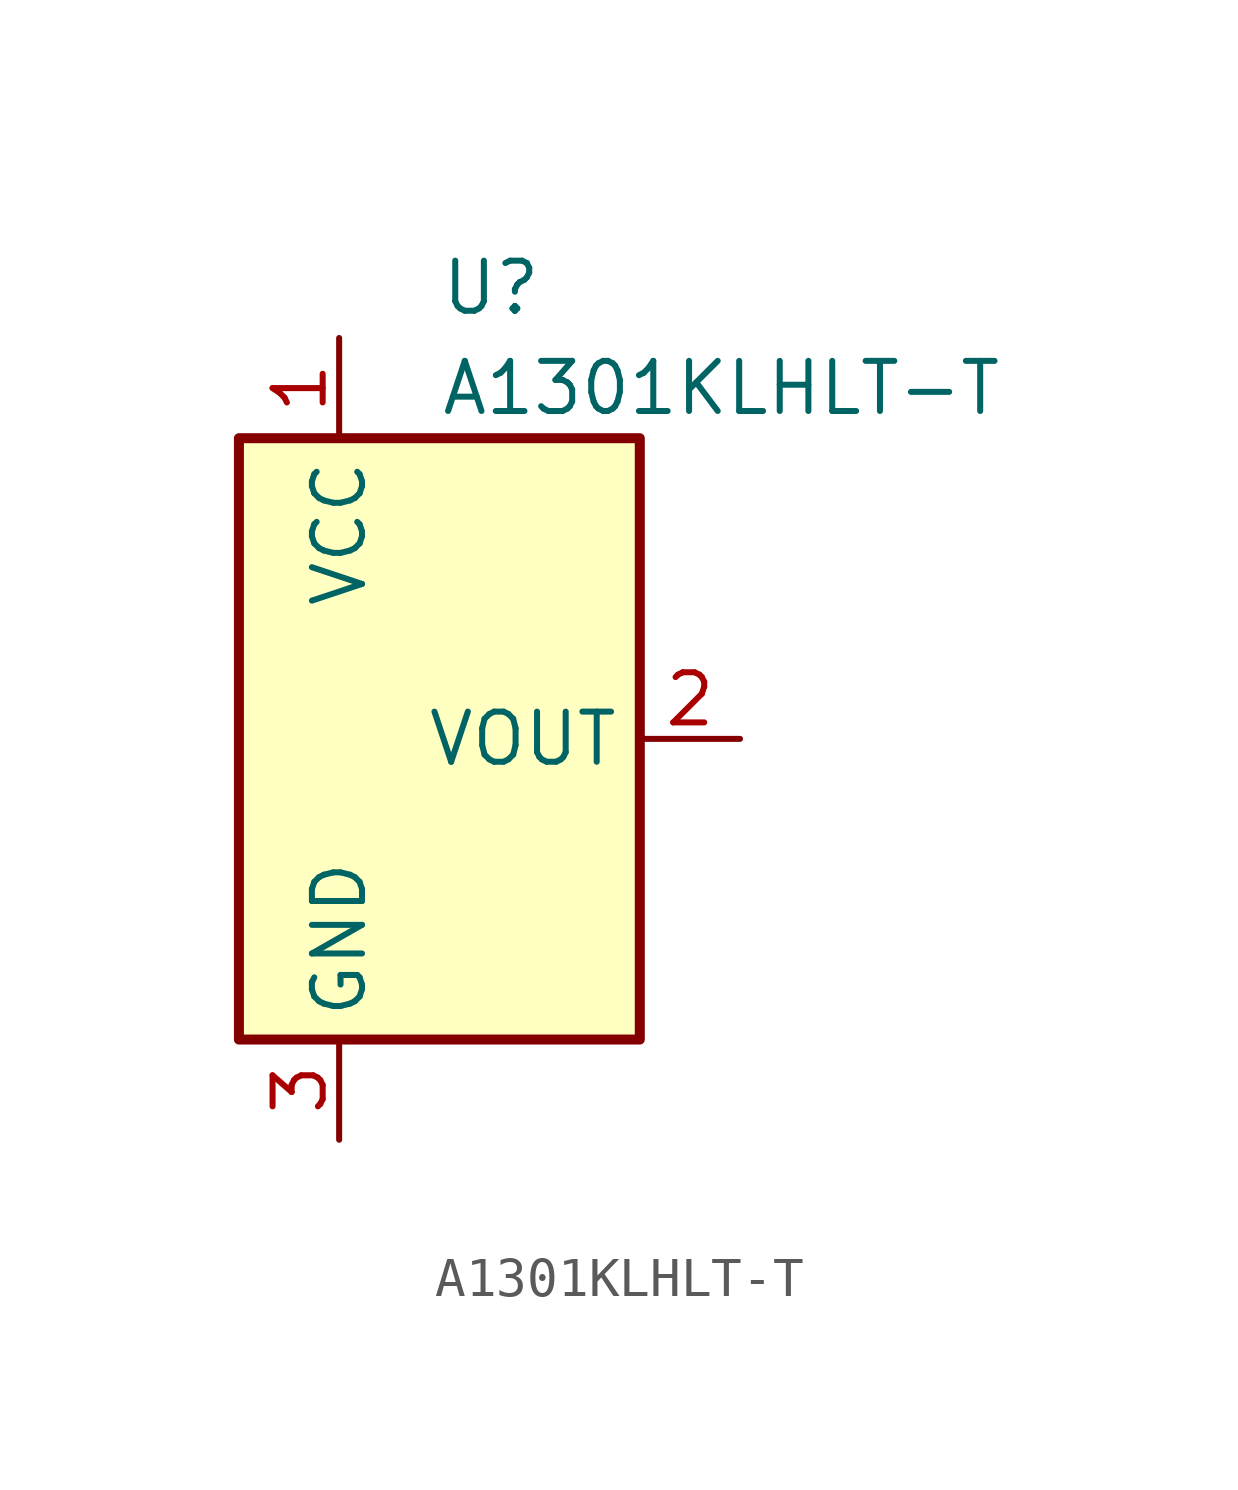
<source format=kicad_sym>
(kicad_symbol_lib
  (version 20241209)
  (generator "kicad_symbol_editor")
  (generator_version "9.0")
  (symbol "A1301KLHLT-T"
    (property "Reference" "U"
      (at 0 11.43 0)
      (effects (font (size 1.27 1.27)) (justify left)))
    (property "Value" "A1301KLHLT-T"
      (at 0 8.89 0)
      (effects (font (size 1.27 1.27)) (justify left)))
    (symbol "A1301KLHLT-T_0_1"
      (rectangle (start -5.08 7.62) (end 5.08 -7.62) (stroke (width 0.254) (type default)) (fill (type background))))
    (symbol "A1301KLHLT-T_1_1"
      (pin power_in line (at -2.54 10.16 270) (length 2.54) (name "VCC" (effects (font (size 1.27 1.27)))) (number "1" (effects (font (size 1.27 1.27)))))
      (pin power_in line (at -2.54 -10.16 90) (length 2.54) (name "GND" (effects (font (size 1.27 1.27)))) (number "3" (effects (font (size 1.27 1.27)))))
      (pin output line (at 7.62 0 180) (length 2.54) (name "VOUT" (effects (font (size 1.27 1.27)))) (number "2" (effects (font (size 1.27 1.27))))))))
</source>
